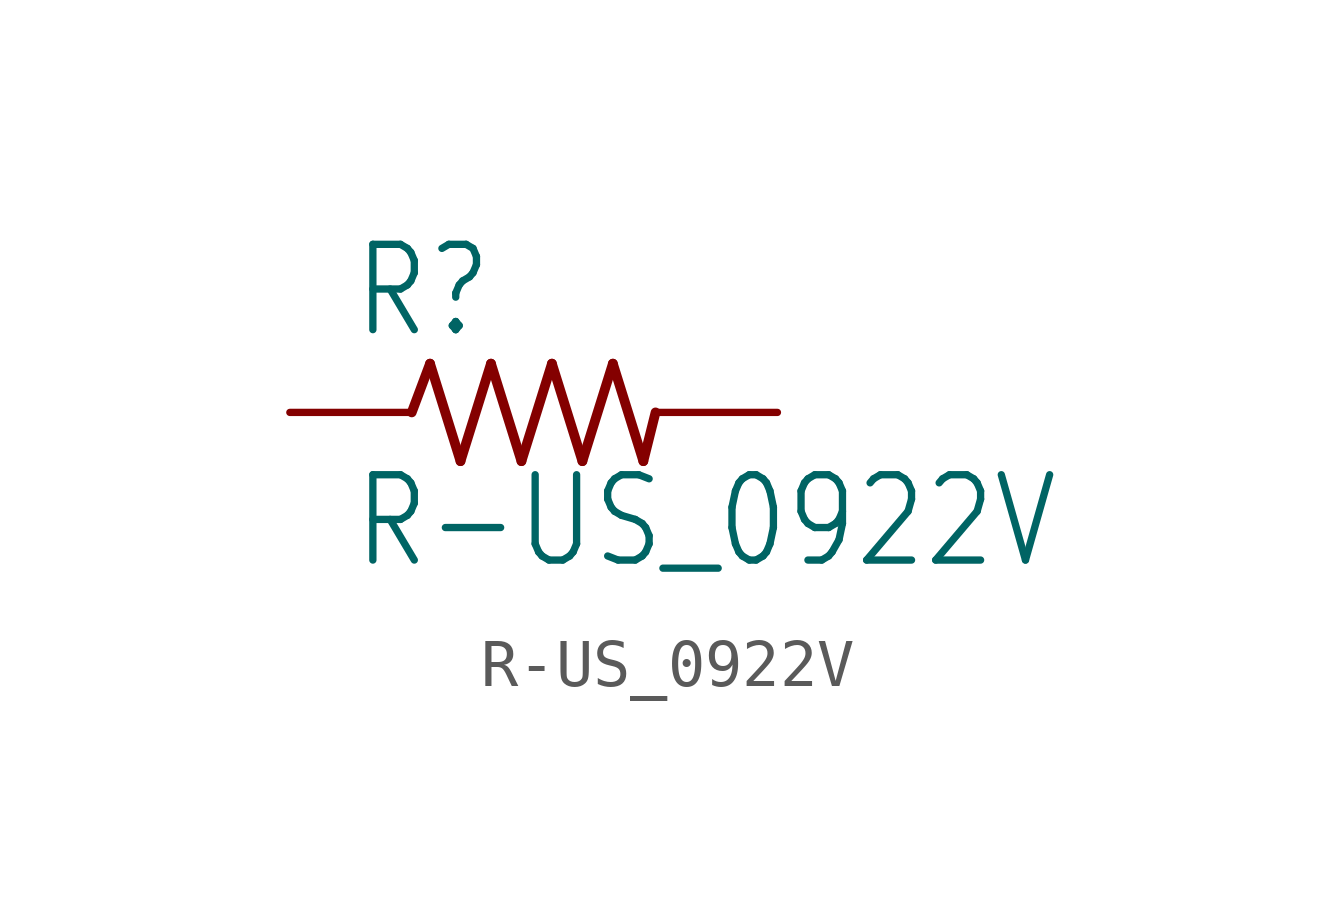
<source format=kicad_sym>
(kicad_symbol_lib
  (version 20211014)
  (generator kicad_symbol_editor)
  (symbol "R-US_0922V"
    (property "Reference" "R"
      (at -3.81 1.499 0)
      (effects (font (size 1.778 1.511)) (justify left bottom)))
    (property "Value" "R-US_0922V"
      (at -3.81 -3.302 0)
      (effects (font (size 1.778 1.511)) (justify left bottom)))
    (property "ki_locked" ""
      (at 0 0 0)
      (effects (font (size 1.27 1.27))))
    (symbol "R-US_0922V_1_0"
      (polyline (pts (xy -2.54 0) (xy -2.159 1.016)) (stroke (width 0.203) (type default) (color 0 0 0 0)) (fill (type none)))
      (polyline (pts (xy -2.159 1.016) (xy -1.524 -1.016)) (stroke (width 0.203) (type default) (color 0 0 0 0)) (fill (type none)))
      (polyline (pts (xy -1.524 -1.016) (xy -0.889 1.016)) (stroke (width 0.203) (type default) (color 0 0 0 0)) (fill (type none)))
      (polyline (pts (xy -0.889 1.016) (xy -0.254 -1.016)) (stroke (width 0.203) (type default) (color 0 0 0 0)) (fill (type none)))
      (polyline (pts (xy -0.254 -1.016) (xy 0.381 1.016)) (stroke (width 0.203) (type default) (color 0 0 0 0)) (fill (type none)))
      (polyline (pts (xy 0.381 1.016) (xy 1.016 -1.016)) (stroke (width 0.203) (type default) (color 0 0 0 0)) (fill (type none)))
      (polyline (pts (xy 1.016 -1.016) (xy 1.651 1.016)) (stroke (width 0.203) (type default) (color 0 0 0 0)) (fill (type none)))
      (polyline (pts (xy 1.651 1.016) (xy 2.286 -1.016)) (stroke (width 0.203) (type default) (color 0 0 0 0)) (fill (type none)))
      (polyline (pts (xy 2.286 -1.016) (xy 2.54 0)) (stroke (width 0.203) (type default) (color 0 0 0 0)) (fill (type none)))
      (pin passive line (at -5.08 0 0) (length 2.54) (name "1" (effects (font (size 0 0)))) (number "1" (effects (font (size 0 0)))))
      (pin passive line (at 5.08 0 180) (length 2.54) (name "2" (effects (font (size 0 0)))) (number "2" (effects (font (size 0 0))))))))
</source>
